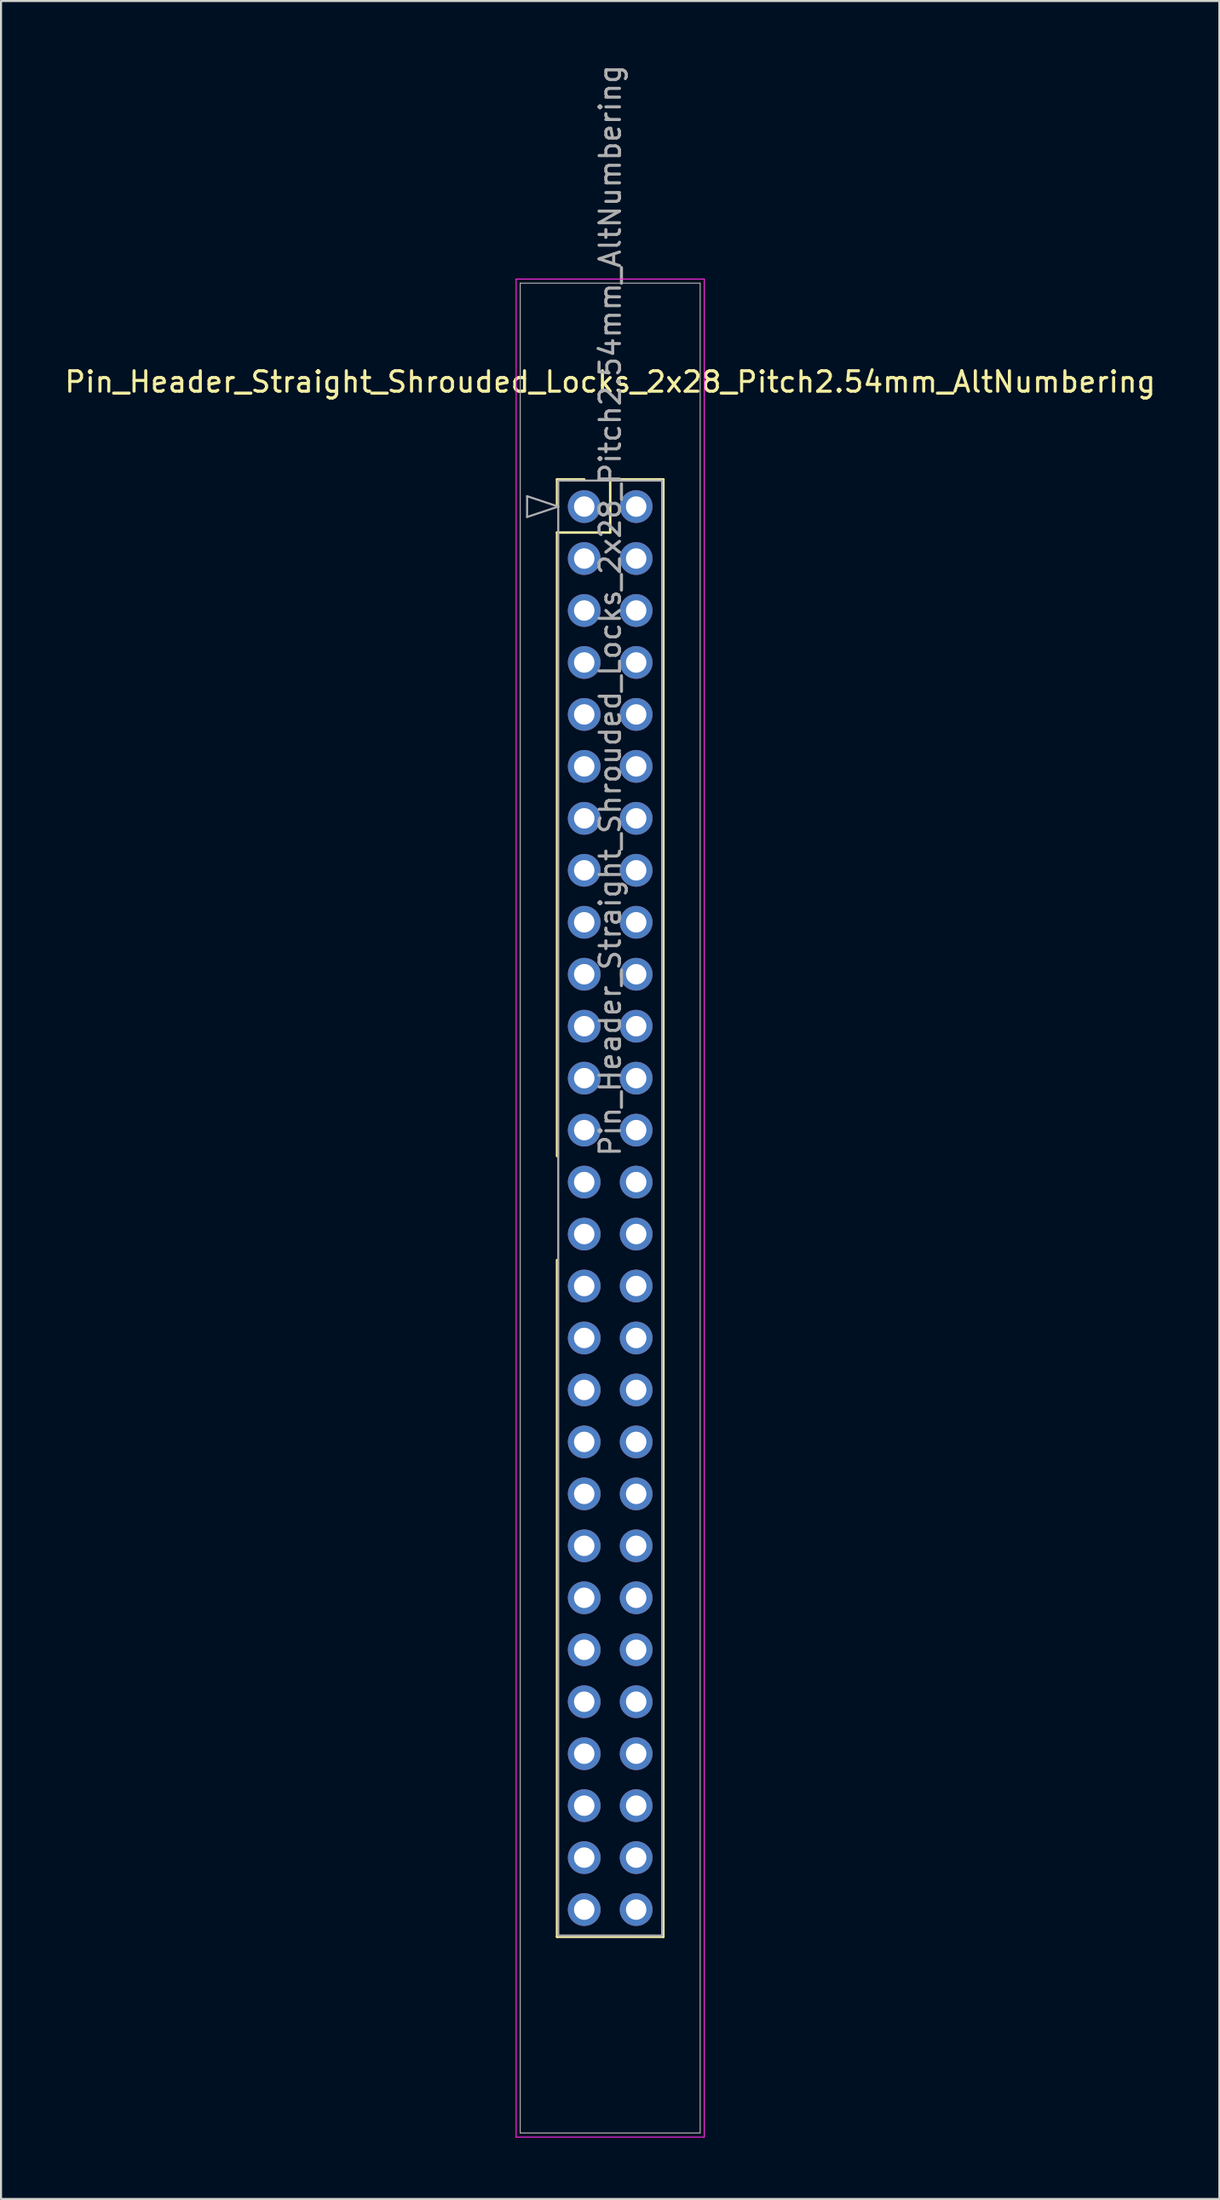
<source format=kicad_pcb>
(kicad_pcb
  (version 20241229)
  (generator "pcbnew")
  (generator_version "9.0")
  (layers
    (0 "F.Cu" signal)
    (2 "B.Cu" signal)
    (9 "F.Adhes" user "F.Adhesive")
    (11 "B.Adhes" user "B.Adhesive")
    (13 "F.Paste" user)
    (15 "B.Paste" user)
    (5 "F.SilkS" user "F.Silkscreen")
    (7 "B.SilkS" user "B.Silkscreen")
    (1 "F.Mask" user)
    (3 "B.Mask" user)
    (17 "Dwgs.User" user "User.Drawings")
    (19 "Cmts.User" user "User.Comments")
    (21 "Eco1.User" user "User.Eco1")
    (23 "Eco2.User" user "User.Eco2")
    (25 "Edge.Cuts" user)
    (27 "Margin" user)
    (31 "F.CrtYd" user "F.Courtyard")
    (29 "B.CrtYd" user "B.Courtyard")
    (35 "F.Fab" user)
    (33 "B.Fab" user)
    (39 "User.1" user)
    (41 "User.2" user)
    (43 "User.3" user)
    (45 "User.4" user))
  (footprint "Pin_Header_Straight_Shrouded_Locks_2x28_Pitch2.54mm_AltNumbering"
    (layer "F.Cu")
    (at 25.522 21.712)
    (property "Reference" "Pin_Header_Straight_Shrouded_Locks_2x28_Pitch2.54mm_AltNumbering" (at 1.27 -6.096 0) (layer "F.SilkS") (effects (font (size 1 1) (thickness 0.15))))
    (attr through_hole)
    (fp_line (start -1.33 -1.33) (end 0 -1.33) (stroke (width 0.12) (type solid)) (layer "F.SilkS"))
    (fp_line (start -1.33 0) (end -1.33 -1.33) (stroke (width 0.12) (type solid)) (layer "F.SilkS"))
    (fp_line (start -1.33 1.27) (end -1.33 31.75) (stroke (width 0.12) (type solid)) (layer "F.SilkS"))
    (fp_line (start -1.33 1.27) (end 1.27 1.27) (stroke (width 0.12) (type solid)) (layer "F.SilkS"))
    (fp_line (start -1.33 36.83) (end -1.33 69.91) (stroke (width 0.12) (type solid)) (layer "F.SilkS"))
    (fp_line (start -1.33 69.91) (end 3.87 69.91) (stroke (width 0.12) (type solid)) (layer "F.SilkS"))
    (fp_line (start 1.27 -1.33) (end 3.87 -1.33) (stroke (width 0.12) (type solid)) (layer "F.SilkS"))
    (fp_line (start 1.27 1.27) (end 1.27 -1.33) (stroke (width 0.12) (type solid)) (layer "F.SilkS"))
    (fp_line (start 3.87 -1.33) (end 3.87 69.91) (stroke (width 0.12) (type solid)) (layer "F.SilkS"))
    (fp_line (start -3.33 -11.12) (end -3.33 79.7) (stroke (width 0.05) (type solid)) (layer "F.CrtYd"))
    (fp_line (start -3.33 79.7) (end 5.87 79.7) (stroke (width 0.05) (type solid)) (layer "F.CrtYd"))
    (fp_line (start 5.87 -11.12) (end -3.33 -11.12) (stroke (width 0.05) (type solid)) (layer "F.CrtYd"))
    (fp_line (start 5.87 79.7) (end 5.87 -11.12) (stroke (width 0.05) (type solid)) (layer "F.CrtYd"))
    (fp_line (start -3.13 -10.92) (end -3.13 79.5) (stroke (width 0.05) (type solid)) (layer "F.Fab"))
    (fp_line (start -3.13 79.5) (end 5.67 79.5) (stroke (width 0.05) (type solid)) (layer "F.Fab"))
    (fp_line (start -2.794 -0.508) (end -1.27 0) (stroke (width 0.1) (type solid)) (layer "F.Fab"))
    (fp_line (start -2.794 0.508) (end -2.794 -0.508) (stroke (width 0.1) (type solid)) (layer "F.Fab"))
    (fp_line (start -1.27 -1.27) (end -1.27 69.85) (stroke (width 0.1) (type solid)) (layer "F.Fab"))
    (fp_line (start -1.27 0) (end -2.794 0.508) (stroke (width 0.1) (type solid)) (layer "F.Fab"))
    (fp_line (start -1.27 69.85) (end 3.81 69.85) (stroke (width 0.1) (type solid)) (layer "F.Fab"))
    (fp_line (start 3.81 -1.27) (end -1.27 -1.27) (stroke (width 0.1) (type solid)) (layer "F.Fab"))
    (fp_line (start 3.81 69.85) (end 3.81 -1.27) (stroke (width 0.1) (type solid)) (layer "F.Fab"))
    (fp_line (start 5.67 -10.92) (end -3.13 -10.92) (stroke (width 0.05) (type solid)) (layer "F.Fab"))
    (fp_line (start 5.67 79.5) (end 5.67 -10.92) (stroke (width 0.05) (type solid)) (layer "F.Fab"))
    (fp_text user "${REFERENCE}" (at 1.27 5.08 90) (layer "F.Fab") (effects (font (size 1 1) (thickness 0.15))))
    (pad "1" thru_hole oval (at 0 0) (size 1.6 1.6) (drill 1) (layers "*.Cu" "*.Mask"))
    (pad "2" thru_hole oval (at 0 2.54) (size 1.6 1.6) (drill 1) (layers "*.Cu" "*.Mask"))
    (pad "3" thru_hole oval (at 0 5.08) (size 1.6 1.6) (drill 1) (layers "*.Cu" "*.Mask"))
    (pad "4" thru_hole oval (at 0 7.62) (size 1.6 1.6) (drill 1) (layers "*.Cu" "*.Mask"))
    (pad "5" thru_hole oval (at 0 10.16) (size 1.6 1.6) (drill 1) (layers "*.Cu" "*.Mask"))
    (pad "6" thru_hole oval (at 0 12.7) (size 1.6 1.6) (drill 1) (layers "*.Cu" "*.Mask"))
    (pad "7" thru_hole oval (at 0 15.24) (size 1.6 1.6) (drill 1) (layers "*.Cu" "*.Mask"))
    (pad "8" thru_hole oval (at 0 17.78) (size 1.6 1.6) (drill 1) (layers "*.Cu" "*.Mask"))
    (pad "9" thru_hole oval (at 0 20.32) (size 1.6 1.6) (drill 1) (layers "*.Cu" "*.Mask"))
    (pad "10" thru_hole oval (at 0 22.86) (size 1.6 1.6) (drill 1) (layers "*.Cu" "*.Mask"))
    (pad "11" thru_hole oval (at 0 25.4) (size 1.6 1.6) (drill 1) (layers "*.Cu" "*.Mask"))
    (pad "12" thru_hole oval (at 0 27.94) (size 1.6 1.6) (drill 1) (layers "*.Cu" "*.Mask"))
    (pad "13" thru_hole oval (at 0 30.48) (size 1.6 1.6) (drill 1) (layers "*.Cu" "*.Mask"))
    (pad "14" thru_hole oval (at 0 33.02) (size 1.6 1.6) (drill 1) (layers "*.Cu" "*.Mask"))
    (pad "15" thru_hole oval (at 0 35.56) (size 1.6 1.6) (drill 1) (layers "*.Cu" "*.Mask"))
    (pad "16" thru_hole oval (at 0 38.1) (size 1.6 1.6) (drill 1) (layers "*.Cu" "*.Mask"))
    (pad "17" thru_hole oval (at 0 40.64) (size 1.6 1.6) (drill 1) (layers "*.Cu" "*.Mask"))
    (pad "18" thru_hole oval (at 0 43.18) (size 1.6 1.6) (drill 1) (layers "*.Cu" "*.Mask"))
    (pad "19" thru_hole oval (at 0 45.72) (size 1.6 1.6) (drill 1) (layers "*.Cu" "*.Mask"))
    (pad "20" thru_hole oval (at 0 48.26) (size 1.6 1.6) (drill 1) (layers "*.Cu" "*.Mask"))
    (pad "21" thru_hole oval (at 0 50.8) (size 1.6 1.6) (drill 1) (layers "*.Cu" "*.Mask"))
    (pad "22" thru_hole oval (at 0 53.34) (size 1.6 1.6) (drill 1) (layers "*.Cu" "*.Mask"))
    (pad "23" thru_hole oval (at 0 55.88) (size 1.6 1.6) (drill 1) (layers "*.Cu" "*.Mask"))
    (pad "24" thru_hole oval (at 0 58.42) (size 1.6 1.6) (drill 1) (layers "*.Cu" "*.Mask"))
    (pad "25" thru_hole oval (at 0 60.96) (size 1.6 1.6) (drill 1) (layers "*.Cu" "*.Mask"))
    (pad "26" thru_hole oval (at 0 63.5) (size 1.6 1.6) (drill 1) (layers "*.Cu" "*.Mask"))
    (pad "27" thru_hole oval (at 0 66.04) (size 1.6 1.6) (drill 1) (layers "*.Cu" "*.Mask"))
    (pad "28" thru_hole oval (at 0 68.58) (size 1.6 1.6) (drill 1) (layers "*.Cu" "*.Mask"))
    (pad "29" thru_hole oval (at 2.54 0) (size 1.6 1.6) (drill 1) (layers "*.Cu" "*.Mask"))
    (pad "30" thru_hole oval (at 2.54 2.54) (size 1.6 1.6) (drill 1) (layers "*.Cu" "*.Mask"))
    (pad "31" thru_hole oval (at 2.54 5.08) (size 1.6 1.6) (drill 1) (layers "*.Cu" "*.Mask"))
    (pad "32" thru_hole oval (at 2.54 7.62) (size 1.6 1.6) (drill 1) (layers "*.Cu" "*.Mask"))
    (pad "33" thru_hole oval (at 2.54 10.16) (size 1.6 1.6) (drill 1) (layers "*.Cu" "*.Mask"))
    (pad "34" thru_hole oval (at 2.54 12.7) (size 1.6 1.6) (drill 1) (layers "*.Cu" "*.Mask"))
    (pad "35" thru_hole oval (at 2.54 15.24) (size 1.6 1.6) (drill 1) (layers "*.Cu" "*.Mask"))
    (pad "36" thru_hole oval (at 2.54 17.78) (size 1.6 1.6) (drill 1) (layers "*.Cu" "*.Mask"))
    (pad "37" thru_hole oval (at 2.54 20.32) (size 1.6 1.6) (drill 1) (layers "*.Cu" "*.Mask"))
    (pad "38" thru_hole oval (at 2.54 22.86) (size 1.6 1.6) (drill 1) (layers "*.Cu" "*.Mask"))
    (pad "39" thru_hole oval (at 2.54 25.4) (size 1.6 1.6) (drill 1) (layers "*.Cu" "*.Mask"))
    (pad "40" thru_hole oval (at 2.54 27.94) (size 1.6 1.6) (drill 1) (layers "*.Cu" "*.Mask"))
    (pad "41" thru_hole oval (at 2.54 30.48) (size 1.6 1.6) (drill 1) (layers "*.Cu" "*.Mask"))
    (pad "42" thru_hole oval (at 2.54 33.02) (size 1.6 1.6) (drill 1) (layers "*.Cu" "*.Mask"))
    (pad "43" thru_hole oval (at 2.54 35.56) (size 1.6 1.6) (drill 1) (layers "*.Cu" "*.Mask"))
    (pad "44" thru_hole oval (at 2.54 38.1) (size 1.6 1.6) (drill 1) (layers "*.Cu" "*.Mask"))
    (pad "45" thru_hole oval (at 2.54 40.64) (size 1.6 1.6) (drill 1) (layers "*.Cu" "*.Mask"))
    (pad "46" thru_hole oval (at 2.54 43.18) (size 1.6 1.6) (drill 1) (layers "*.Cu" "*.Mask"))
    (pad "47" thru_hole oval (at 2.54 45.72) (size 1.6 1.6) (drill 1) (layers "*.Cu" "*.Mask"))
    (pad "48" thru_hole oval (at 2.54 48.26) (size 1.6 1.6) (drill 1) (layers "*.Cu" "*.Mask"))
    (pad "49" thru_hole oval (at 2.54 50.8) (size 1.6 1.6) (drill 1) (layers "*.Cu" "*.Mask"))
    (pad "50" thru_hole oval (at 2.54 53.34) (size 1.6 1.6) (drill 1) (layers "*.Cu" "*.Mask"))
    (pad "51" thru_hole oval (at 2.54 55.88) (size 1.6 1.6) (drill 1) (layers "*.Cu" "*.Mask"))
    (pad "52" thru_hole oval (at 2.54 58.42) (size 1.6 1.6) (drill 1) (layers "*.Cu" "*.Mask"))
    (pad "53" thru_hole oval (at 2.54 60.96) (size 1.6 1.6) (drill 1) (layers "*.Cu" "*.Mask"))
    (pad "54" thru_hole oval (at 2.54 63.5) (size 1.6 1.6) (drill 1) (layers "*.Cu" "*.Mask"))
    (pad "55" thru_hole oval (at 2.54 66.04) (size 1.6 1.6) (drill 1) (layers "*.Cu" "*.Mask"))
    (pad "56" thru_hole oval (at 2.54 68.58) (size 1.6 1.6) (drill 1) (layers "*.Cu" "*.Mask")))
  (gr_rect
    (start -3 -3)
    (end 56.583 104.437)
    (stroke (width 0.1) (type default))
    (fill no)
    (layer "Edge.Cuts")))
</source>
